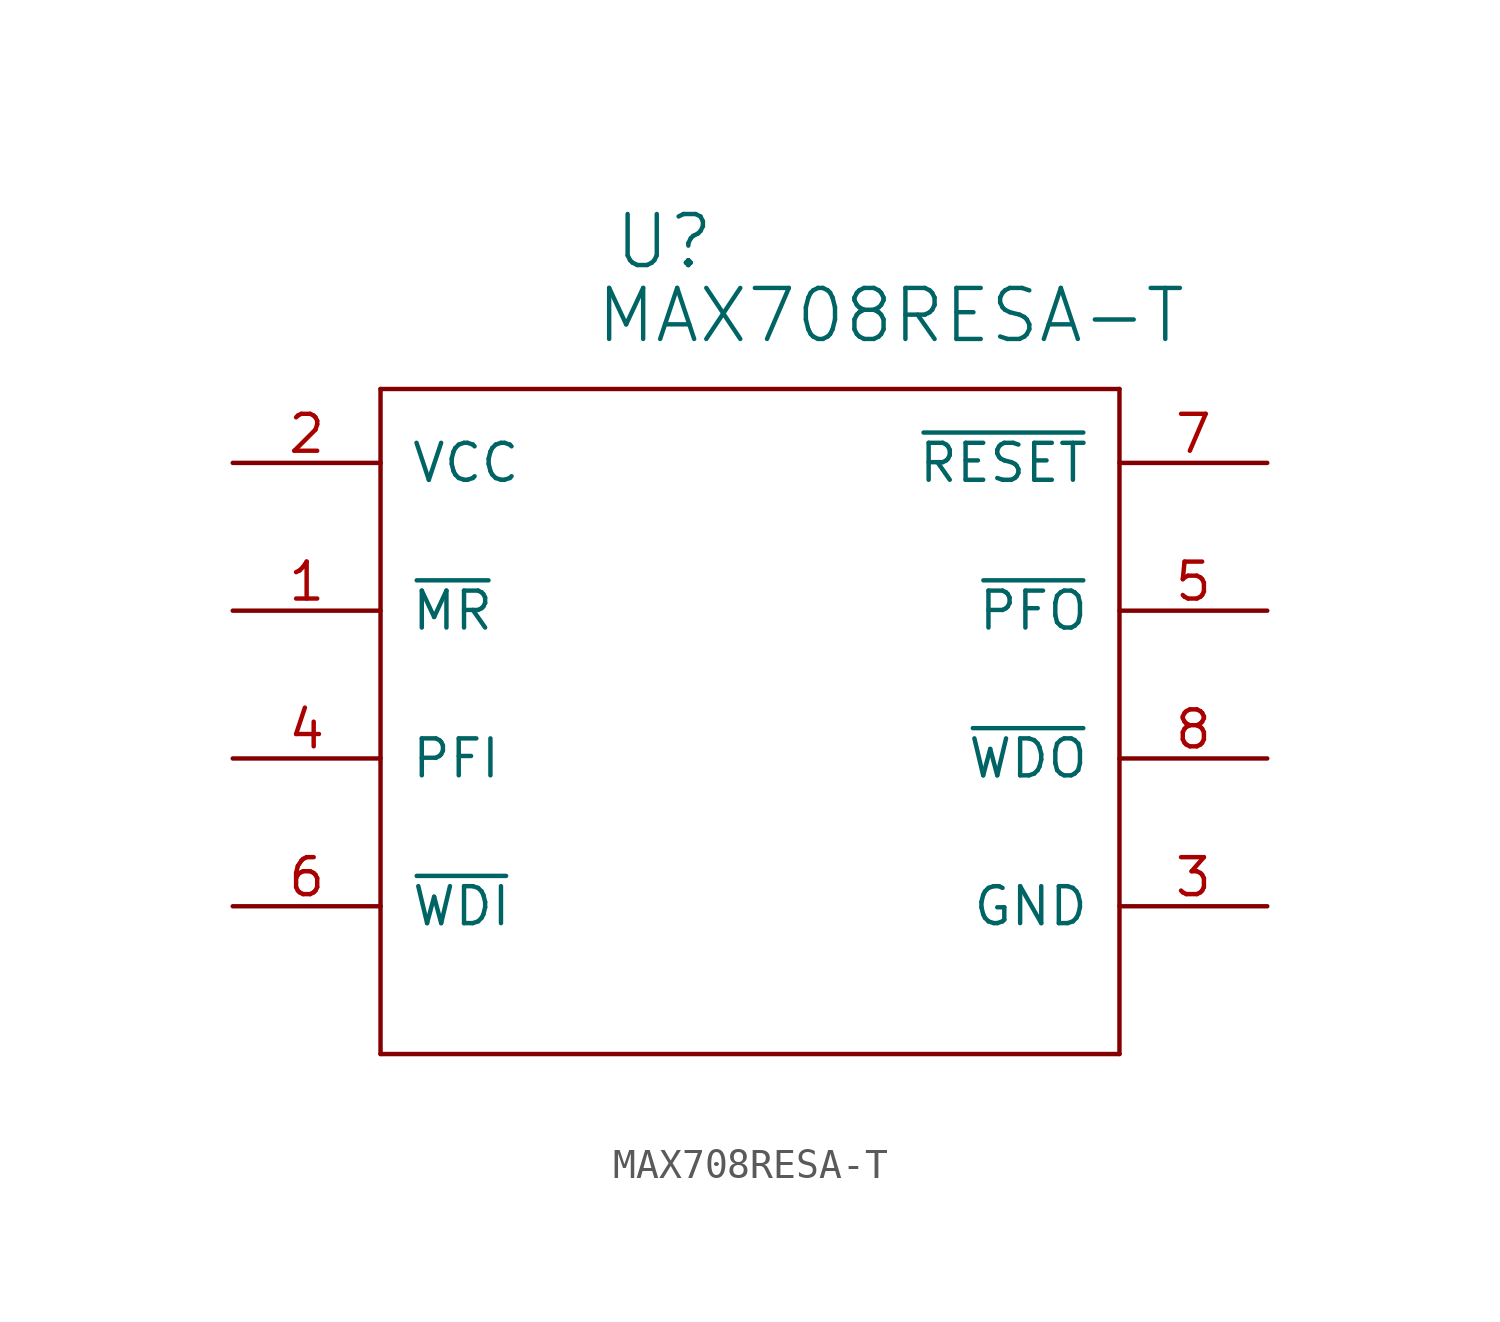
<source format=kicad_sym>
(kicad_symbol_lib
  (version 20211014)
  (generator kicad_symbol_editor)
  (symbol "MAX708RESA-T"
    (pin_names
      (offset 1.016))
    (property "Reference" "U"
      (at 15.596 9.119 0)
      (effects (font (size 1.753 1.753)) (justify left bottom)))
    (property "Value" "MAX708RESA-T"
      (at 14.961 6.579 0)
      (effects (font (size 1.753 1.753)) (justify left bottom)))
    (property "ki_locked" ""
      (at 0 0 0)
      (effects (font (size 1.27 1.27))))
    (symbol "MAX708RESA-T_1_0"
      (polyline (pts (xy 7.62 -17.78) (xy 33.02 -17.78)) (stroke (width 0) (type default) (color 0 0 0 0)) (fill (type none)))
      (polyline (pts (xy 7.62 5.08) (xy 7.62 -17.78)) (stroke (width 0) (type default) (color 0 0 0 0)) (fill (type none)))
      (polyline (pts (xy 33.02 -17.78) (xy 33.02 5.08)) (stroke (width 0) (type default) (color 0 0 0 0)) (fill (type none)))
      (polyline (pts (xy 33.02 5.08) (xy 7.62 5.08)) (stroke (width 0) (type default) (color 0 0 0 0)) (fill (type none)))
      (pin input line (at 2.54 -2.54 0) (length 5.08) (name "~{MR}" (effects (font (size 1.27 1.27)))) (number "1" (effects (font (size 1.27 1.27)))))
      (pin power_in line (at 2.54 2.54 0) (length 5.08) (name "VCC" (effects (font (size 1.27 1.27)))) (number "2" (effects (font (size 1.27 1.27)))))
      (pin power_in line (at 38.1 -12.7 180) (length 5.08) (name "GND" (effects (font (size 1.27 1.27)))) (number "3" (effects (font (size 1.27 1.27)))))
      (pin input line (at 2.54 -7.62 0) (length 5.08) (name "PFI" (effects (font (size 1.27 1.27)))) (number "4" (effects (font (size 1.27 1.27)))))
      (pin output line (at 38.1 -2.54 180) (length 5.08) (name "~{PFO}" (effects (font (size 1.27 1.27)))) (number "5" (effects (font (size 1.27 1.27)))))
      (pin input line (at 2.54 -12.7 0) (length 5.08) (name "~{WDI}" (effects (font (size 1.27 1.27)))) (number "6" (effects (font (size 1.27 1.27)))))
      (pin output line (at 38.1 2.54 180) (length 5.08) (name "~{RESET}" (effects (font (size 1.27 1.27)))) (number "7" (effects (font (size 1.27 1.27)))))
      (pin output line (at 38.1 -7.62 180) (length 5.08) (name "~{WDO}" (effects (font (size 1.27 1.27)))) (number "8" (effects (font (size 1.27 1.27))))))))
</source>
